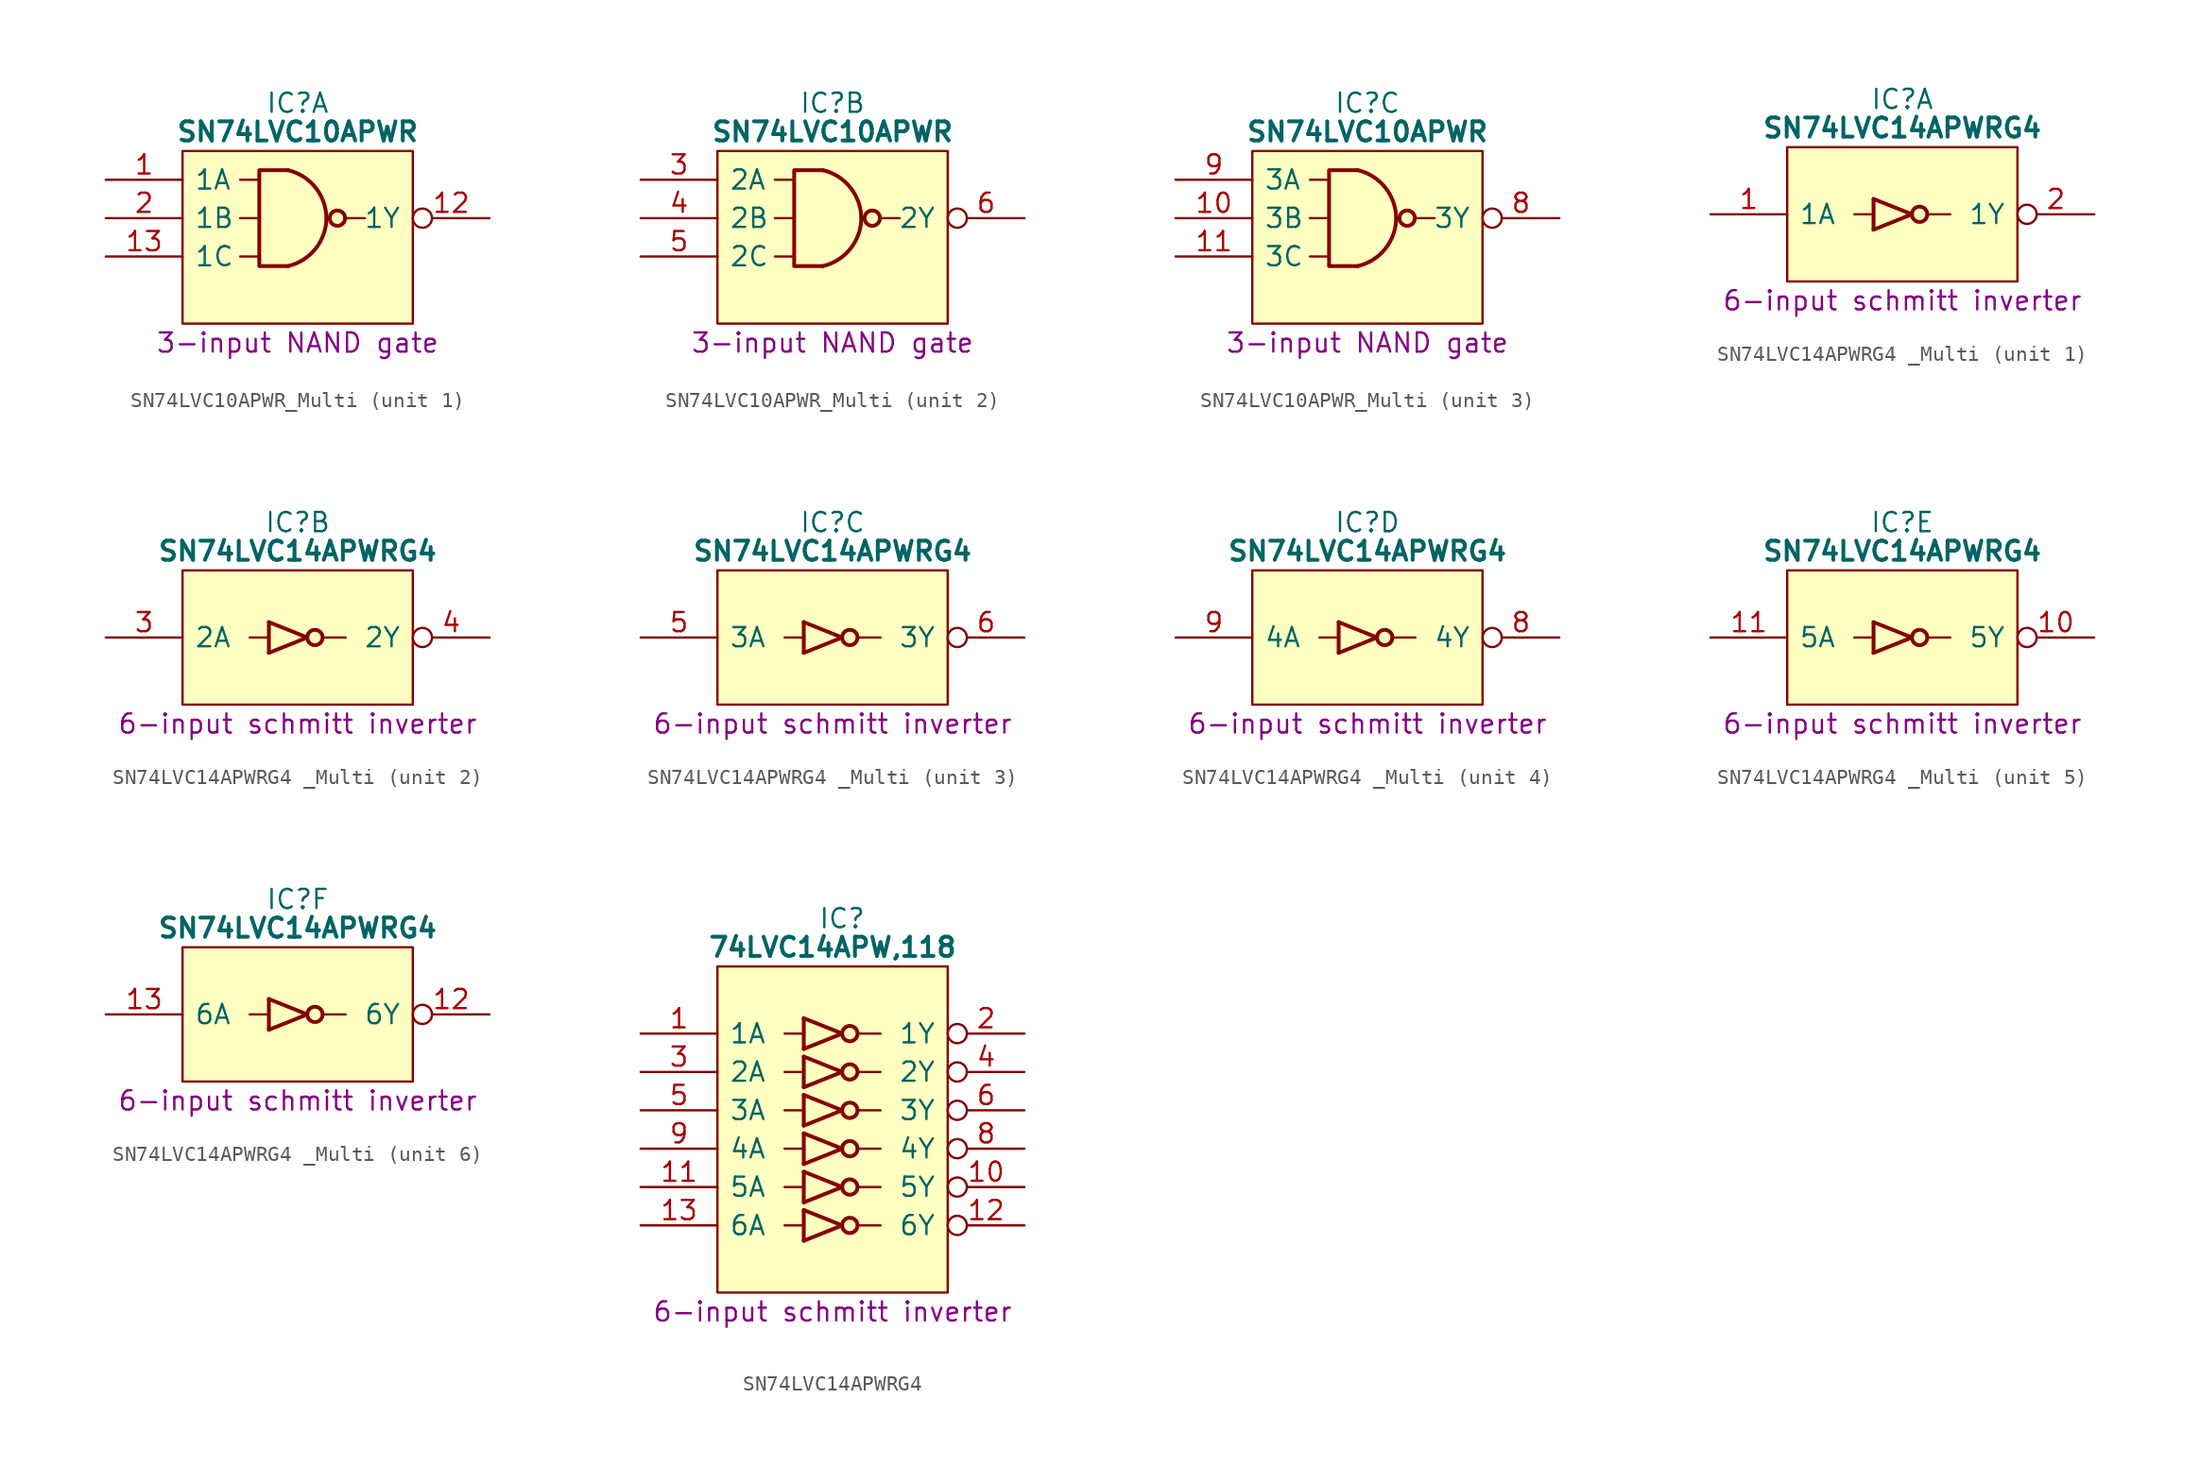
<source format=kicad_sym>
(kicad_symbol_lib
  (version 20241209)
  (generator "kicad_symbol_editor")
  (generator_version "9.0")
  (symbol "SN74LVC10APWR_Multi"
    (pin_names
      (offset 0.762))
    (property "Reference" "IC"
      (at 12.7 5.08 0)
      (effects (font (size 1.27 1.27))))
    (property "Value" "SN74LVC10APWR"
      (at 12.7 3.175 0)
      (effects (font (size 1.27 1.27) (bold yes))))
    (property "Description" "3-input NAND gate"
      (at 12.7 -10.795 0)
      (effects (font (size 1.27 1.27))))
    (symbol "SN74LVC10APWR_Multi_0_0"
      (pin passive line (at 0 -7.62 0) (length 5.08) (hide yes) (name "GND" (effects (font (size 1.27 1.27)))) (number "7" (effects (font (size 1.27 1.27)))))
      (pin passive line (at 25.4 0 180) (length 5.08) (hide yes) (name "3V" (effects (font (size 1.27 1.27)))) (number "14" (effects (font (size 1.27 1.27))))))
    (symbol "SN74LVC10APWR_Multi_0_1"
      (polyline (pts (xy 5.08 1.905) (xy 20.32 1.905) (xy 20.32 -9.525) (xy 5.08 -9.525) (xy 5.08 1.905)) (stroke (width 0.152) (type default)) (fill (type background)))
      (polyline (pts (xy 8.89 0) (xy 10.16 0)) (stroke (width 0) (type default)) (fill (type none)))
      (polyline (pts (xy 8.89 -2.54) (xy 10.16 -2.54)) (stroke (width 0) (type default)) (fill (type none)))
      (polyline (pts (xy 8.89 -5.08) (xy 10.16 -5.08)) (stroke (width 0) (type default)) (fill (type none)))
      (polyline (pts (xy 10.16 0.635) (xy 10.16 -5.715)) (stroke (width 0.254) (type default)) (fill (type background)))
      (arc (start 14.605 -2.54) (mid 13.8812 -4.5645) (end 12.065 -5.715) (stroke (width 0.254) (type default)) (fill (type none)))
      (arc (start 12.065 0.635) (mid 13.8823 -0.5147) (end 14.605 -2.54) (stroke (width 0.254) (type default)) (fill (type none)))
      (polyline (pts (xy 12.065 0.635) (xy 10.248 0.635)) (stroke (width 0.254) (type default)) (fill (type background)))
      (polyline (pts (xy 12.065 -5.715) (xy 10.248 -5.715)) (stroke (width 0.254) (type default)) (fill (type background)))
      (circle (center 15.328 -2.54) (radius 0.508) (stroke (width 0.254) (type default)) (fill (type none)))
      (polyline (pts (xy 15.963 -2.54) (xy 17.145 -2.54)) (stroke (width 0) (type default)) (fill (type none))))
    (symbol "SN74LVC10APWR_Multi_1_0"
      (pin input line (at 0 0 0) (length 5.08) (name "1A" (effects (font (size 1.27 1.27)))) (number "1" (effects (font (size 1.27 1.27)))))
      (pin input line (at 0 -2.54 0) (length 5.08) (name "1B" (effects (font (size 1.27 1.27)))) (number "2" (effects (font (size 1.27 1.27)))))
      (pin input line (at 0 -5.08 0) (length 5.08) (name "1C" (effects (font (size 1.27 1.27)))) (number "13" (effects (font (size 1.27 1.27)))))
      (pin output inverted (at 25.4 -2.54 180) (length 5.08) (name "1Y" (effects (font (size 1.27 1.27)))) (number "12" (effects (font (size 1.27 1.27))))))
    (symbol "SN74LVC10APWR_Multi_2_0"
      (pin input line (at 0 0 0) (length 5.08) (name "2A" (effects (font (size 1.27 1.27)))) (number "3" (effects (font (size 1.27 1.27)))))
      (pin input line (at 0 -2.54 0) (length 5.08) (name "2B" (effects (font (size 1.27 1.27)))) (number "4" (effects (font (size 1.27 1.27)))))
      (pin input line (at 0 -5.08 0) (length 5.08) (name "2C" (effects (font (size 1.27 1.27)))) (number "5" (effects (font (size 1.27 1.27)))))
      (pin output inverted (at 25.4 -2.54 180) (length 5.08) (name "2Y" (effects (font (size 1.27 1.27)))) (number "6" (effects (font (size 1.27 1.27))))))
    (symbol "SN74LVC10APWR_Multi_3_0"
      (pin input line (at 0 0 0) (length 5.08) (name "3A" (effects (font (size 1.27 1.27)))) (number "9" (effects (font (size 1.27 1.27)))))
      (pin input line (at 0 -2.54 0) (length 5.08) (name "3B" (effects (font (size 1.27 1.27)))) (number "10" (effects (font (size 1.27 1.27)))))
      (pin input line (at 0 -5.08 0) (length 5.08) (name "3C" (effects (font (size 1.27 1.27)))) (number "11" (effects (font (size 1.27 1.27)))))
      (pin output inverted (at 25.4 -2.54 180) (length 5.08) (name "3Y" (effects (font (size 1.27 1.27)))) (number "8" (effects (font (size 1.27 1.27)))))))
  (symbol "SN74LVC14APWRG4 _Multi"
    (pin_names
      (offset 0.762))
    (property "Reference" "IC"
      (at 12.7 7.62 0)
      (effects (font (size 1.27 1.27))))
    (property "Value" "SN74LVC14APWRG4"
      (at 12.7 5.715 0)
      (effects (font (size 1.27 1.27) (bold yes))))
    (property "Description" "6-input schmitt inverter"
      (at 12.7 -5.715 0)
      (effects (font (size 1.27 1.27))))
    (symbol "SN74LVC14APWRG4 _Multi_0_0"
      (pin passive line (at 0 -2.54 0) (length 5.08) (hide yes) (name "GND" (effects (font (size 1.27 1.27)))) (number "7" (effects (font (size 1.27 1.27)))))
      (pin passive line (at 25.4 2.54 180) (length 5.08) (hide yes) (name "3V" (effects (font (size 1.27 1.27)))) (number "14" (effects (font (size 1.27 1.27))))))
    (symbol "SN74LVC14APWRG4 _Multi_0_1"
      (polyline (pts (xy 5.08 4.445) (xy 20.32 4.445) (xy 20.32 -4.445) (xy 5.08 -4.445) (xy 5.08 4.445)) (stroke (width 0.152) (type default)) (fill (type background)))
      (polyline (pts (xy 9.525 0) (xy 10.795 0)) (stroke (width 0) (type default)) (fill (type none)))
      (rectangle (start 10.795 1.016) (end 10.795 -1.016) (stroke (width 0.254) (type default)) (fill (type background)))
      (polyline (pts (xy 10.795 -1.016) (xy 13.335 0) (xy 10.795 1.016)) (stroke (width 0.254) (type default)) (fill (type none)))
      (circle (center 13.843 0) (radius 0.508) (stroke (width 0.254) (type default)) (fill (type none)))
      (polyline (pts (xy 14.351 0) (xy 15.875 0)) (stroke (width 0) (type default)) (fill (type none))))
    (symbol "SN74LVC14APWRG4 _Multi_1_0"
      (pin input line (at 0 0 0) (length 5.08) (name "1A" (effects (font (size 1.27 1.27)))) (number "1" (effects (font (size 1.27 1.27)))))
      (pin output inverted (at 25.4 0 180) (length 5.08) (name "1Y" (effects (font (size 1.27 1.27)))) (number "2" (effects (font (size 1.27 1.27))))))
    (symbol "SN74LVC14APWRG4 _Multi_2_0"
      (pin input line (at 0 0 0) (length 5.08) (name "2A" (effects (font (size 1.27 1.27)))) (number "3" (effects (font (size 1.27 1.27)))))
      (pin output inverted (at 25.4 0 180) (length 5.08) (name "2Y" (effects (font (size 1.27 1.27)))) (number "4" (effects (font (size 1.27 1.27))))))
    (symbol "SN74LVC14APWRG4 _Multi_3_0"
      (pin input line (at 0 0 0) (length 5.08) (name "3A" (effects (font (size 1.27 1.27)))) (number "5" (effects (font (size 1.27 1.27)))))
      (pin output inverted (at 25.4 0 180) (length 5.08) (name "3Y" (effects (font (size 1.27 1.27)))) (number "6" (effects (font (size 1.27 1.27))))))
    (symbol "SN74LVC14APWRG4 _Multi_4_0"
      (pin input line (at 0 0 0) (length 5.08) (name "4A" (effects (font (size 1.27 1.27)))) (number "9" (effects (font (size 1.27 1.27)))))
      (pin output inverted (at 25.4 0 180) (length 5.08) (name "4Y" (effects (font (size 1.27 1.27)))) (number "8" (effects (font (size 1.27 1.27))))))
    (symbol "SN74LVC14APWRG4 _Multi_5_0"
      (pin input line (at 0 0 0) (length 5.08) (name "5A" (effects (font (size 1.27 1.27)))) (number "11" (effects (font (size 1.27 1.27)))))
      (pin output inverted (at 25.4 0 180) (length 5.08) (name "5Y" (effects (font (size 1.27 1.27)))) (number "10" (effects (font (size 1.27 1.27))))))
    (symbol "SN74LVC14APWRG4 _Multi_6_0"
      (pin input line (at 0 0 0) (length 5.08) (name "6A" (effects (font (size 1.27 1.27)))) (number "13" (effects (font (size 1.27 1.27)))))
      (pin output inverted (at 25.4 0 180) (length 5.08) (name "6Y" (effects (font (size 1.27 1.27)))) (number "12" (effects (font (size 1.27 1.27)))))))
  (symbol "SN74LVC14APWRG4"
    (pin_names
      (offset 0.762))
    (property "Reference" "IC"
      (at 13.335 7.62 0)
      (effects (font (size 1.27 1.27))))
    (property "Value" "74LVC14APW,118"
      (at 12.7 5.715 0)
      (effects (font (size 1.27 1.27) (bold yes))))
    (property "Description" "6-input schmitt inverter"
      (at 12.7 -18.415 0)
      (effects (font (size 1.27 1.27))))
    (symbol "SN74LVC14APWRG4_0_0"
      (pin input line (at 0 0 0) (length 5.08) (name "1A" (effects (font (size 1.27 1.27)))) (number "1" (effects (font (size 1.27 1.27)))))
      (pin input line (at 0 -2.54 0) (length 5.08) (name "2A" (effects (font (size 1.27 1.27)))) (number "3" (effects (font (size 1.27 1.27)))))
      (pin input line (at 0 -5.08 0) (length 5.08) (name "3A" (effects (font (size 1.27 1.27)))) (number "5" (effects (font (size 1.27 1.27)))))
      (pin input line (at 0 -7.62 0) (length 5.08) (name "4A" (effects (font (size 1.27 1.27)))) (number "9" (effects (font (size 1.27 1.27)))))
      (pin input line (at 0 -10.16 0) (length 5.08) (name "5A" (effects (font (size 1.27 1.27)))) (number "11" (effects (font (size 1.27 1.27)))))
      (pin input line (at 0 -12.7 0) (length 5.08) (name "6A" (effects (font (size 1.27 1.27)))) (number "13" (effects (font (size 1.27 1.27)))))
      (pin passive line (at 0 -15.24 0) (length 5.08) (hide yes) (name "GND" (effects (font (size 1.27 1.27)))) (number "7" (effects (font (size 1.27 1.27)))))
      (pin passive line (at 25.4 2.54 180) (length 5.08) (hide yes) (name "3V" (effects (font (size 1.27 1.27)))) (number "14" (effects (font (size 1.27 1.27)))))
      (pin output inverted (at 25.4 0 180) (length 5.08) (name "1Y" (effects (font (size 1.27 1.27)))) (number "2" (effects (font (size 1.27 1.27)))))
      (pin output inverted (at 25.4 -2.54 180) (length 5.08) (name "2Y" (effects (font (size 1.27 1.27)))) (number "4" (effects (font (size 1.27 1.27)))))
      (pin output inverted (at 25.4 -5.08 180) (length 5.08) (name "3Y" (effects (font (size 1.27 1.27)))) (number "6" (effects (font (size 1.27 1.27)))))
      (pin output inverted (at 25.4 -7.62 180) (length 5.08) (name "4Y" (effects (font (size 1.27 1.27)))) (number "8" (effects (font (size 1.27 1.27)))))
      (pin output inverted (at 25.4 -10.16 180) (length 5.08) (name "5Y" (effects (font (size 1.27 1.27)))) (number "10" (effects (font (size 1.27 1.27)))))
      (pin output inverted (at 25.4 -12.7 180) (length 5.08) (name "6Y" (effects (font (size 1.27 1.27)))) (number "12" (effects (font (size 1.27 1.27))))))
    (symbol "SN74LVC14APWRG4_0_1"
      (polyline (pts (xy 5.08 4.445) (xy 20.32 4.445) (xy 20.32 -17.145) (xy 5.08 -17.145) (xy 5.08 4.445)) (stroke (width 0.152) (type default)) (fill (type background)))
      (polyline (pts (xy 9.525 0) (xy 10.795 0)) (stroke (width 0) (type default)) (fill (type none)))
      (polyline (pts (xy 9.525 -2.54) (xy 10.795 -2.54)) (stroke (width 0) (type default)) (fill (type none)))
      (polyline (pts (xy 9.525 -5.08) (xy 10.795 -5.08)) (stroke (width 0) (type default)) (fill (type none)))
      (polyline (pts (xy 9.525 -7.62) (xy 10.795 -7.62)) (stroke (width 0) (type default)) (fill (type none)))
      (polyline (pts (xy 9.525 -10.16) (xy 10.795 -10.16)) (stroke (width 0) (type default)) (fill (type none)))
      (polyline (pts (xy 9.525 -12.7) (xy 10.795 -12.7)) (stroke (width 0) (type default)) (fill (type none)))
      (rectangle (start 10.795 1.016) (end 10.795 -1.016) (stroke (width 0.254) (type default)) (fill (type background)))
      (polyline (pts (xy 10.795 -1.016) (xy 13.335 0) (xy 10.795 1.016)) (stroke (width 0.254) (type default)) (fill (type none)))
      (rectangle (start 10.795 -1.524) (end 10.795 -3.556) (stroke (width 0.254) (type default)) (fill (type background)))
      (polyline (pts (xy 10.795 -3.556) (xy 13.335 -2.54) (xy 10.795 -1.524)) (stroke (width 0.254) (type default)) (fill (type none)))
      (rectangle (start 10.795 -4.064) (end 10.795 -6.096) (stroke (width 0.254) (type default)) (fill (type background)))
      (polyline (pts (xy 10.795 -6.096) (xy 13.335 -5.08) (xy 10.795 -4.064)) (stroke (width 0.254) (type default)) (fill (type none)))
      (rectangle (start 10.795 -6.604) (end 10.795 -8.636) (stroke (width 0.254) (type default)) (fill (type background)))
      (polyline (pts (xy 10.795 -8.636) (xy 13.335 -7.62) (xy 10.795 -6.604)) (stroke (width 0.254) (type default)) (fill (type none)))
      (rectangle (start 10.795 -9.144) (end 10.795 -11.176) (stroke (width 0.254) (type default)) (fill (type background)))
      (polyline (pts (xy 10.795 -11.176) (xy 13.335 -10.16) (xy 10.795 -9.144)) (stroke (width 0.254) (type default)) (fill (type none)))
      (rectangle (start 10.795 -11.684) (end 10.795 -13.716) (stroke (width 0.254) (type default)) (fill (type background)))
      (polyline (pts (xy 10.795 -13.716) (xy 13.335 -12.7) (xy 10.795 -11.684)) (stroke (width 0.254) (type default)) (fill (type none)))
      (circle (center 13.843 0) (radius 0.508) (stroke (width 0.254) (type default)) (fill (type none)))
      (circle (center 13.843 -2.54) (radius 0.508) (stroke (width 0.254) (type default)) (fill (type none)))
      (circle (center 13.843 -5.08) (radius 0.508) (stroke (width 0.254) (type default)) (fill (type none)))
      (circle (center 13.843 -7.62) (radius 0.508) (stroke (width 0.254) (type default)) (fill (type none)))
      (circle (center 13.843 -10.16) (radius 0.508) (stroke (width 0.254) (type default)) (fill (type none)))
      (circle (center 13.843 -12.7) (radius 0.508) (stroke (width 0.254) (type default)) (fill (type none)))
      (polyline (pts (xy 14.351 0) (xy 15.875 0)) (stroke (width 0) (type default)) (fill (type none)))
      (polyline (pts (xy 14.351 -2.54) (xy 15.875 -2.54)) (stroke (width 0) (type default)) (fill (type none)))
      (polyline (pts (xy 14.351 -5.08) (xy 15.875 -5.08)) (stroke (width 0) (type default)) (fill (type none)))
      (polyline (pts (xy 14.351 -7.62) (xy 15.875 -7.62)) (stroke (width 0) (type default)) (fill (type none)))
      (polyline (pts (xy 14.351 -10.16) (xy 15.875 -10.16)) (stroke (width 0) (type default)) (fill (type none)))
      (polyline (pts (xy 14.351 -12.7) (xy 15.875 -12.7)) (stroke (width 0) (type default)) (fill (type none))))))
</source>
